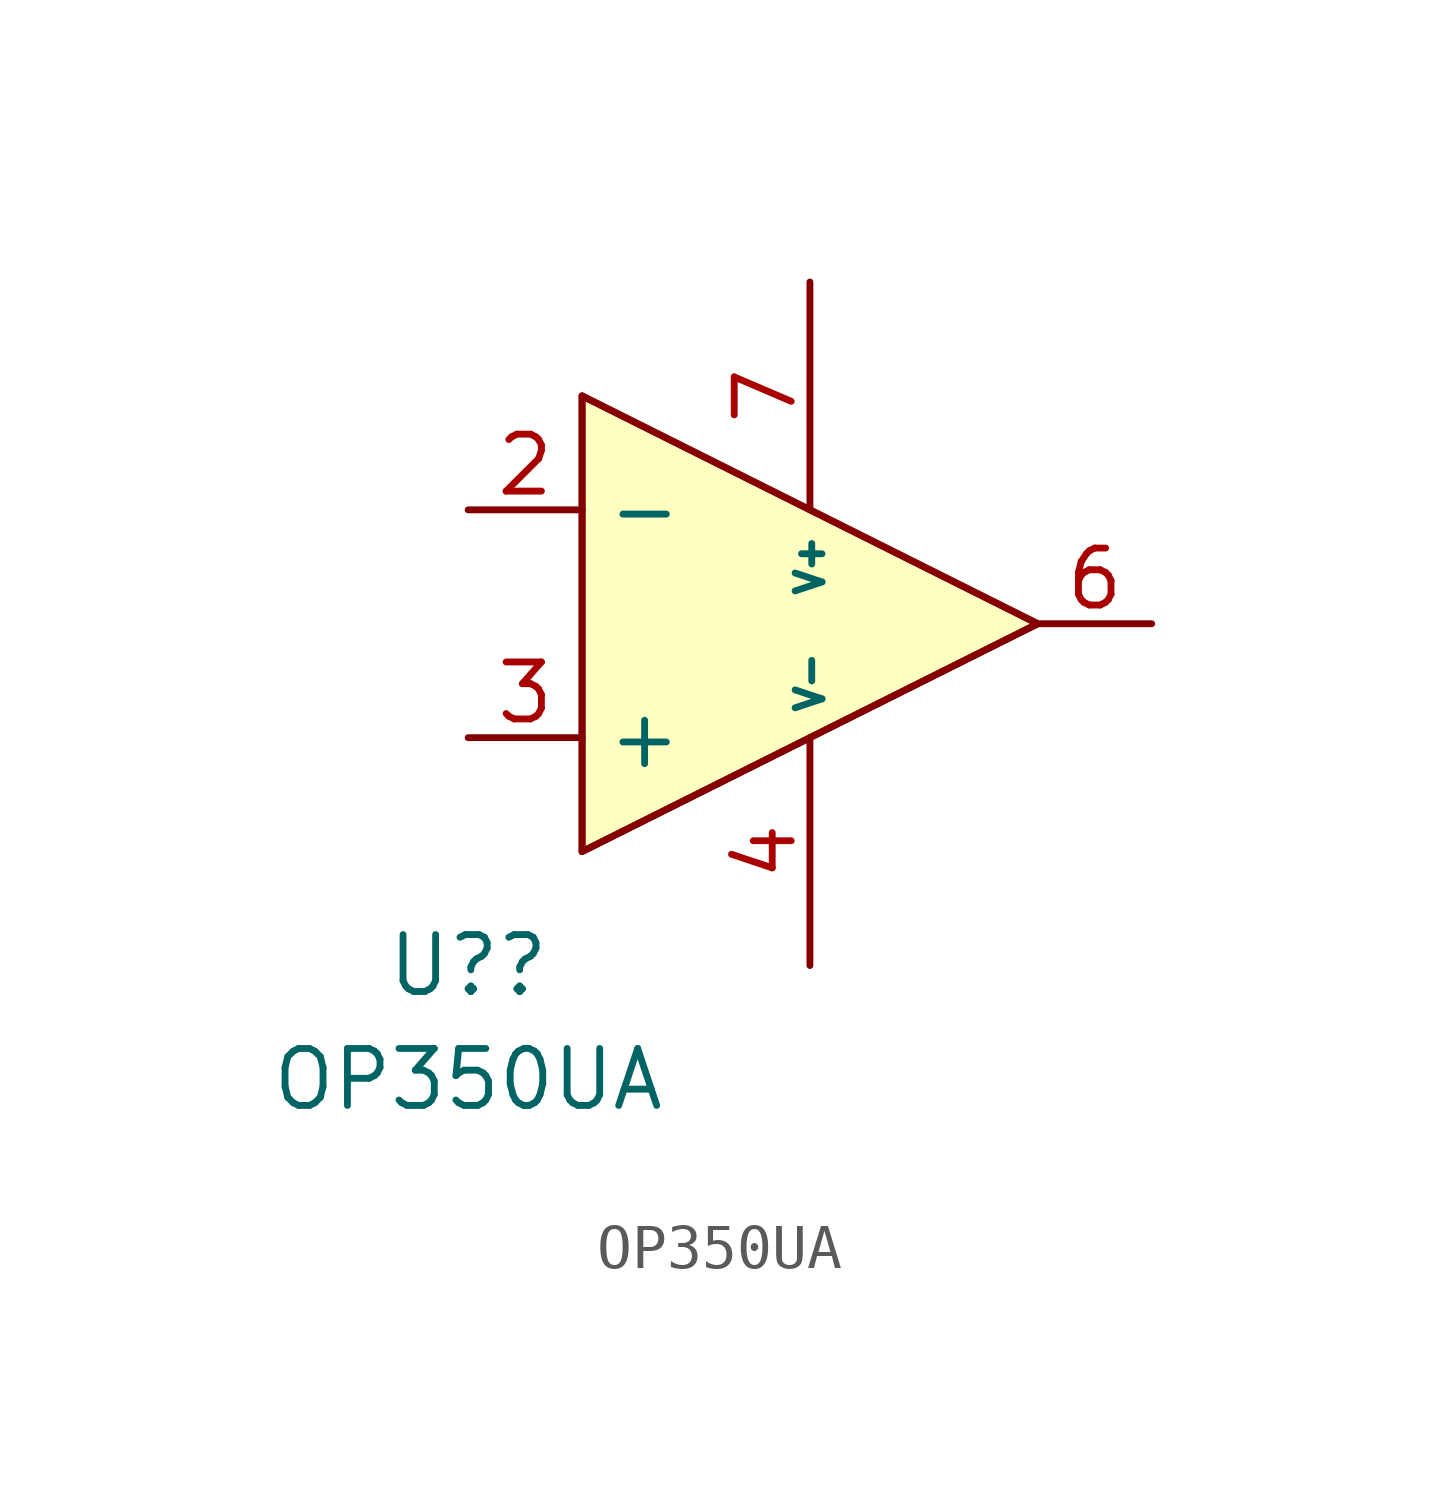
<source format=kicad_sym>
(kicad_symbol_lib
  (version 20211014)
  (generator kicad_symbol_editor)
  (symbol "OP350UA"
    (property "Reference" "U?"
      (at -3.81 -17.78 0)
      (effects (font (size 1.27 1.27))))
    (property "Value" "OP350UA"
      (at -3.81 -20.32 0)
      (effects (font (size 1.27 1.27))))
    (symbol "OP350UA_0_1"
      (polyline (pts (xy -1.27 -12.7) (xy -1.27 -15.24)) (stroke (width 0) (type default) (color 0 0 0 0)) (fill (type none)))
      (polyline (pts (xy -1.27 -12.7) (xy -1.27 -7.62)) (stroke (width 0) (type default) (color 0 0 0 0)) (fill (type none)))
      (polyline (pts (xy -1.27 -7.62) (xy -1.27 -5.08)) (stroke (width 0) (type default) (color 0 0 0 0)) (fill (type none)))
      (polyline (pts (xy 8.89 -10.16) (xy -1.27 -15.24)) (stroke (width 0) (type default) (color 0 0 0 0)) (fill (type none)))
      (polyline (pts (xy 8.89 -10.16) (xy -1.27 -5.08)) (stroke (width 0) (type default) (color 0 0 0 0)) (fill (type none)))
      (polyline (pts (xy -1.27 -5.08) (xy 8.89 -10.16) (xy -1.27 -15.24) (xy -1.27 -5.08)) (stroke (width 0) (type default) (color 0 0 0 0)) (fill (type background))))
    (symbol "OP350UA_1_1"
      (pin input line (at -3.81 -7.62 0) (length 2.54) (name "-" (effects (font (size 1.27 1.27)))) (number "2" (effects (font (size 1.27 1.27)))))
      (pin input line (at -3.81 -12.7 0) (length 2.54) (name "+" (effects (font (size 1.27 1.27)))) (number "3" (effects (font (size 1.27 1.27)))))
      (pin input line (at 3.81 -17.78 90) (length 5.08) (name "V-" (effects (font (size 0.6 0.6)))) (number "4" (effects (font (size 1.27 1.27)))))
      (pin input line (at 11.43 -10.16 180) (length 2.54) (name "" (effects (font (size 0.6 0.6)))) (number "6" (effects (font (size 1.27 1.27)))))
      (pin input line (at 3.81 -2.54 270) (length 5.08) (name "V+" (effects (font (size 0.6 0.6)))) (number "7" (effects (font (size 1.27 1.27))))))))
</source>
